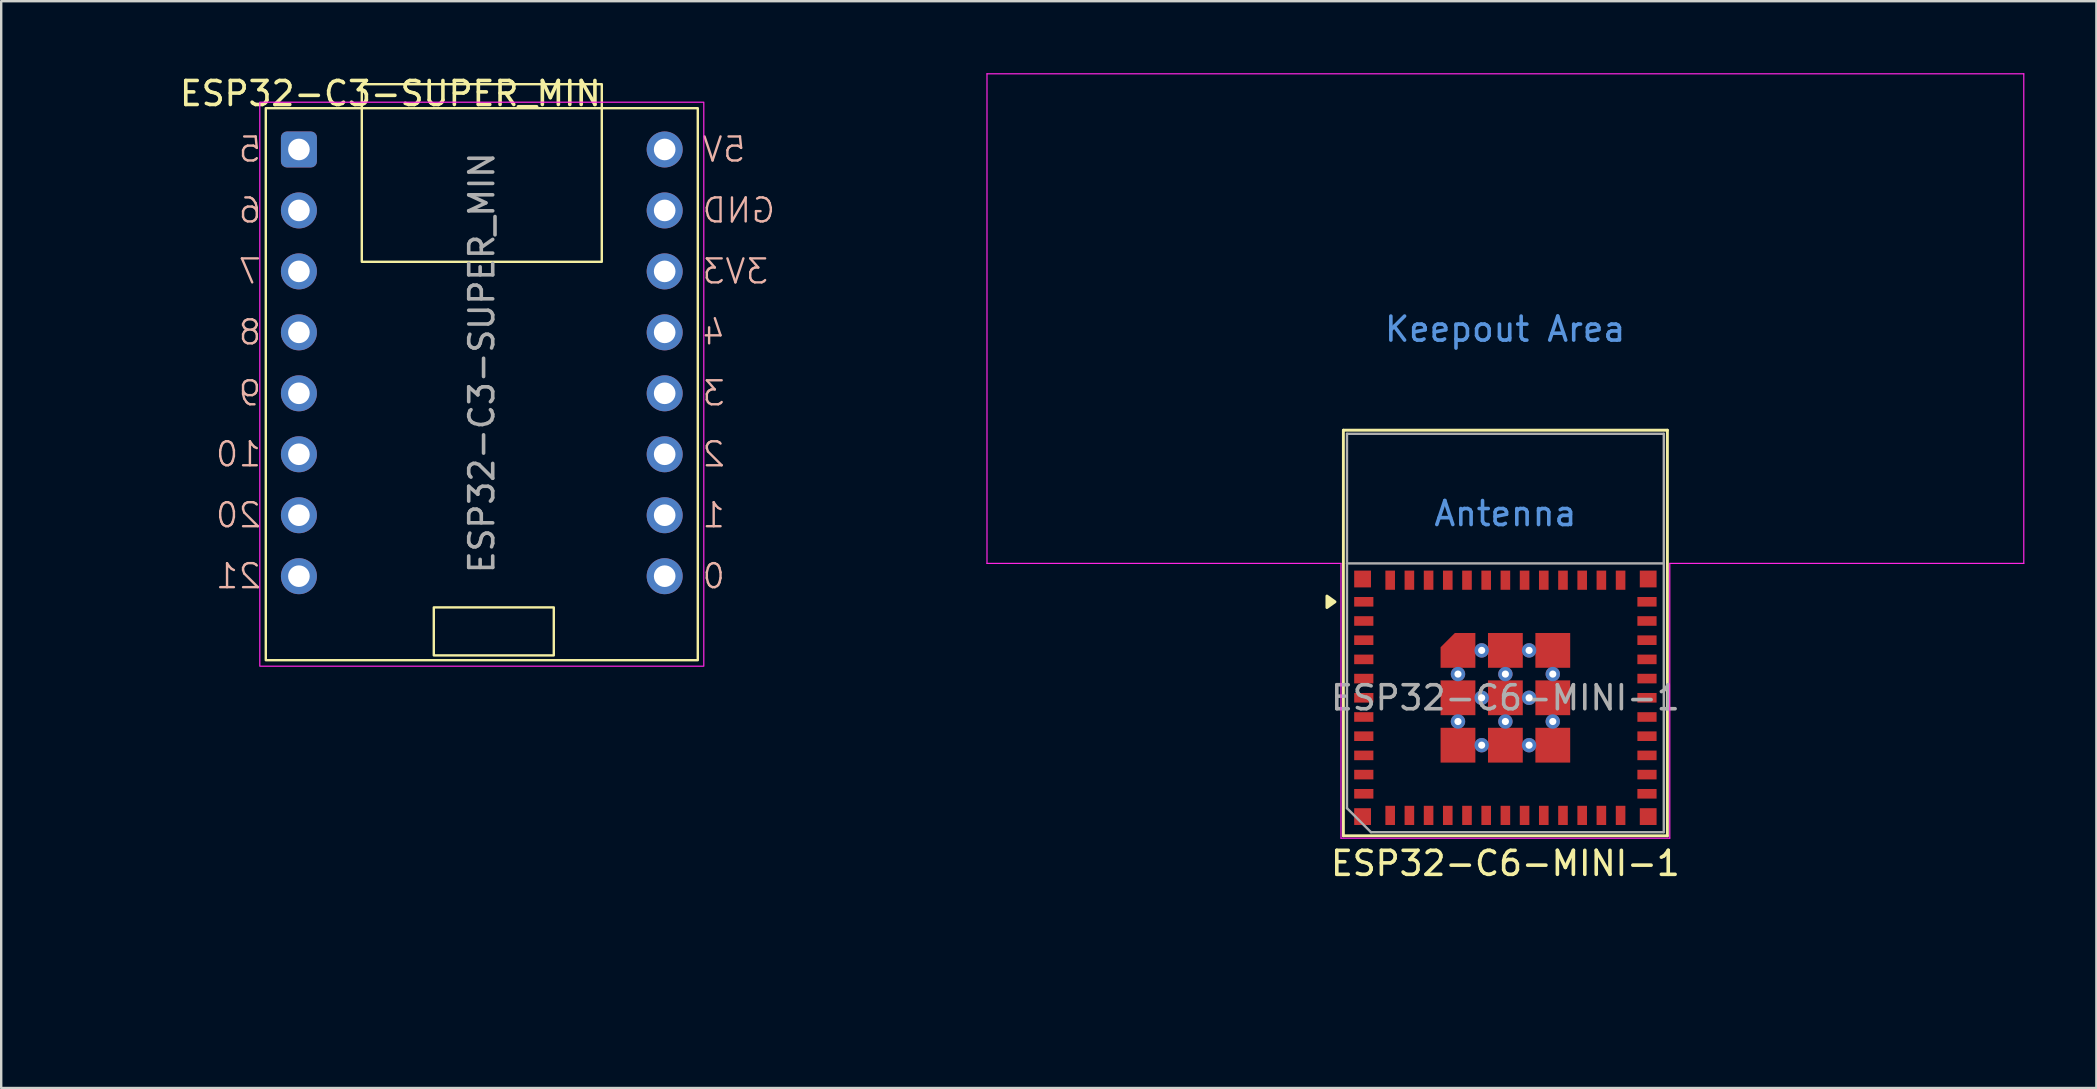
<source format=kicad_pcb>
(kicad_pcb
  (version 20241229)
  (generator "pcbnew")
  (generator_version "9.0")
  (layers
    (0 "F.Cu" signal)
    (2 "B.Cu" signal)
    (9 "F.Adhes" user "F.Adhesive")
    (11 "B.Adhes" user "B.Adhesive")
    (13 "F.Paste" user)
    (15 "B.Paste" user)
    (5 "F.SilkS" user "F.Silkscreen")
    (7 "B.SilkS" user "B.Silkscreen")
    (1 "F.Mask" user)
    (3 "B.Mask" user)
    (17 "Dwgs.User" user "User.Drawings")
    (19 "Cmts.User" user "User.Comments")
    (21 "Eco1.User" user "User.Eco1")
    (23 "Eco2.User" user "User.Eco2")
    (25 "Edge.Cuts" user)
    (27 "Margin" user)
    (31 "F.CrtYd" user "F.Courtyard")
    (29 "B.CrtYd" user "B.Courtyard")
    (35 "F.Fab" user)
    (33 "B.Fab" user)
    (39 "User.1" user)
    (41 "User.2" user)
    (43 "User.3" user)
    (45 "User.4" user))
  (footprint "ESP32-C6-MINI-1"
    (layer "F.Cu")
    (at 59.675 26.025)
    (property "Reference" "ESP32-C6-MINI-1" (at 0 6.9 0) (unlocked yes) (layer "F.SilkS") (effects (font (size 1 1) (thickness 0.15))))
    (attr smd)
    (fp_line (start -6.75 -11.15) (end 6.75 -11.15) (stroke (width 0.12) (type solid)) (layer "F.SilkS"))
    (fp_line (start -6.75 5.75) (end -6.75 -11.15) (stroke (width 0.12) (type solid)) (layer "F.SilkS"))
    (fp_line (start 6.75 -11.15) (end 6.75 5.75) (stroke (width 0.12) (type solid)) (layer "F.SilkS"))
    (fp_line (start 6.75 5.75) (end -6.75 5.75) (stroke (width 0.12) (type solid)) (layer "F.SilkS"))
    (fp_poly (pts (xy -7.1 -4) (xy -7.436 -3.76) (xy -7.436 -4.24) (xy -7.1 -4)) (stroke (width 0.12) (type solid)) (fill yes) (layer "F.SilkS"))
    (fp_line (start -21.6 -26) (end 21.6 -26) (stroke (width 0.05) (type solid)) (layer "F.CrtYd"))
    (fp_line (start -21.6 -5.6) (end -21.6 -26) (stroke (width 0.05) (type solid)) (layer "F.CrtYd"))
    (fp_line (start -6.85 -5.6) (end -21.6 -5.6) (stroke (width 0.05) (type solid)) (layer "F.CrtYd"))
    (fp_line (start -6.85 5.85) (end -6.85 -5.6) (stroke (width 0.05) (type solid)) (layer "F.CrtYd"))
    (fp_line (start 6.85 -5.6) (end 6.85 5.85) (stroke (width 0.05) (type solid)) (layer "F.CrtYd"))
    (fp_line (start 6.85 -5.6) (end 21.6 -5.6) (stroke (width 0.05) (type solid)) (layer "F.CrtYd"))
    (fp_line (start 6.85 5.85) (end -6.85 5.85) (stroke (width 0.05) (type solid)) (layer "F.CrtYd"))
    (fp_line (start 21.6 -5.6) (end 21.6 -26) (stroke (width 0.05) (type solid)) (layer "F.CrtYd"))
    (fp_line (start -6.6 -11) (end 6.6 -11) (stroke (width 0.1) (type solid)) (layer "F.Fab"))
    (fp_line (start -6.6 -5.6) (end 6.6 -5.6) (stroke (width 0.1) (type solid)) (layer "F.Fab"))
    (fp_line (start -6.6 4.6) (end -6.6 -11) (stroke (width 0.1) (type solid)) (layer "F.Fab"))
    (fp_line (start -5.6 5.6) (end -6.6 4.6) (stroke (width 0.1) (type default)) (layer "F.Fab"))
    (fp_line (start 6.6 -11) (end 6.6 5.6) (stroke (width 0.1) (type solid)) (layer "F.Fab"))
    (fp_line (start 6.6 5.6) (end -5.6 5.6) (stroke (width 0.1) (type solid)) (layer "F.Fab"))
    (fp_text user "Antenna" (at 0 -7.675 0) (layer "Cmts.User") (effects (font (size 1 1) (thickness 0.15))))
    (fp_text user "Keepout Area" (at -0.01 -15.36 0) (layer "Cmts.User") (effects (font (size 1 1) (thickness 0.15))))
    (fp_text user "${REFERENCE}" (at 0 0 0) (unlocked yes) (layer "F.Fab") (effects (font (size 1 1) (thickness 0.15))))
    (pad "1" smd rect (at -5.9 -4) (size 0.8 0.4) (layers "F.Cu" "F.Mask" "F.Paste"))
    (pad "2" smd rect (at -5.9 -3.2) (size 0.8 0.4) (layers "F.Cu" "F.Mask" "F.Paste"))
    (pad "3" smd rect (at -5.9 -2.4) (size 0.8 0.4) (layers "F.Cu" "F.Mask" "F.Paste"))
    (pad "4" smd rect (at -5.9 -1.6) (size 0.8 0.4) (layers "F.Cu" "F.Mask" "F.Paste"))
    (pad "5" smd rect (at -5.9 -0.8) (size 0.8 0.4) (layers "F.Cu" "F.Mask" "F.Paste"))
    (pad "6" smd rect (at -5.9 0) (size 0.8 0.4) (layers "F.Cu" "F.Mask" "F.Paste"))
    (pad "7" smd rect (at -5.9 0.8) (size 0.8 0.4) (layers "F.Cu" "F.Mask" "F.Paste"))
    (pad "8" smd rect (at -5.9 1.6) (size 0.8 0.4) (layers "F.Cu" "F.Mask" "F.Paste"))
    (pad "9" smd rect (at -5.9 2.4) (size 0.8 0.4) (layers "F.Cu" "F.Mask" "F.Paste"))
    (pad "10" smd rect (at -5.9 3.2) (size 0.8 0.4) (layers "F.Cu" "F.Mask" "F.Paste"))
    (pad "11" smd rect (at -5.9 4) (size 0.8 0.4) (layers "F.Cu" "F.Mask" "F.Paste"))
    (pad "12" smd rect (at -4.8 4.9 90) (size 0.8 0.4) (layers "F.Cu" "F.Mask" "F.Paste"))
    (pad "13" smd rect (at -4 4.9 90) (size 0.8 0.4) (layers "F.Cu" "F.Mask" "F.Paste"))
    (pad "14" smd rect (at -3.2 4.9 90) (size 0.8 0.4) (layers "F.Cu" "F.Mask" "F.Paste"))
    (pad "15" smd rect (at -2.4 4.9 90) (size 0.8 0.4) (layers "F.Cu" "F.Mask" "F.Paste"))
    (pad "16" smd rect (at -1.6 4.9 90) (size 0.8 0.4) (layers "F.Cu" "F.Mask" "F.Paste"))
    (pad "17" smd rect (at -0.8 4.9 90) (size 0.8 0.4) (layers "F.Cu" "F.Mask" "F.Paste"))
    (pad "18" smd rect (at 0 4.9 90) (size 0.8 0.4) (layers "F.Cu" "F.Mask" "F.Paste"))
    (pad "19" smd rect (at 0.8 4.9 90) (size 0.8 0.4) (layers "F.Cu" "F.Mask" "F.Paste"))
    (pad "20" smd rect (at 1.6 4.9 90) (size 0.8 0.4) (layers "F.Cu" "F.Mask" "F.Paste"))
    (pad "21" smd rect (at 2.4 4.9 90) (size 0.8 0.4) (layers "F.Cu" "F.Mask" "F.Paste"))
    (pad "22" smd rect (at 3.2 4.9 90) (size 0.8 0.4) (layers "F.Cu" "F.Mask" "F.Paste"))
    (pad "23" smd rect (at 4 4.9 90) (size 0.8 0.4) (layers "F.Cu" "F.Mask" "F.Paste"))
    (pad "24" smd rect (at 4.8 4.9 90) (size 0.8 0.4) (layers "F.Cu" "F.Mask" "F.Paste"))
    (pad "25" smd rect (at 5.9 4) (size 0.8 0.4) (layers "F.Cu" "F.Mask" "F.Paste"))
    (pad "26" smd rect (at 5.9 3.2) (size 0.8 0.4) (layers "F.Cu" "F.Mask" "F.Paste"))
    (pad "27" smd rect (at 5.9 2.4) (size 0.8 0.4) (layers "F.Cu" "F.Mask" "F.Paste"))
    (pad "28" smd rect (at 5.9 1.6) (size 0.8 0.4) (layers "F.Cu" "F.Mask" "F.Paste"))
    (pad "29" smd rect (at 5.9 0.8) (size 0.8 0.4) (layers "F.Cu" "F.Mask" "F.Paste"))
    (pad "30" smd rect (at 5.9 0) (size 0.8 0.4) (layers "F.Cu" "F.Mask" "F.Paste"))
    (pad "31" smd rect (at 5.9 -0.8) (size 0.8 0.4) (layers "F.Cu" "F.Mask" "F.Paste"))
    (pad "32" smd rect (at 5.9 -1.6) (size 0.8 0.4) (layers "F.Cu" "F.Mask" "F.Paste"))
    (pad "33" smd rect (at 5.9 -2.4) (size 0.8 0.4) (layers "F.Cu" "F.Mask" "F.Paste"))
    (pad "34" smd rect (at 5.9 -3.2) (size 0.8 0.4) (layers "F.Cu" "F.Mask" "F.Paste"))
    (pad "35" smd rect (at 5.9 -4) (size 0.8 0.4) (layers "F.Cu" "F.Mask" "F.Paste"))
    (pad "36" smd rect (at 4.8 -4.9 90) (size 0.8 0.4) (layers "F.Cu" "F.Mask" "F.Paste"))
    (pad "37" smd rect (at 4 -4.9 90) (size 0.8 0.4) (layers "F.Cu" "F.Mask" "F.Paste"))
    (pad "38" smd rect (at 3.2 -4.9 90) (size 0.8 0.4) (layers "F.Cu" "F.Mask" "F.Paste"))
    (pad "39" smd rect (at 2.4 -4.9 90) (size 0.8 0.4) (layers "F.Cu" "F.Mask" "F.Paste"))
    (pad "40" smd rect (at 1.6 -4.9 90) (size 0.8 0.4) (layers "F.Cu" "F.Mask" "F.Paste"))
    (pad "41" smd rect (at 0.8 -4.9 90) (size 0.8 0.4) (layers "F.Cu" "F.Mask" "F.Paste"))
    (pad "42" smd rect (at 0 -4.9 90) (size 0.8 0.4) (layers "F.Cu" "F.Mask" "F.Paste"))
    (pad "43" smd rect (at -0.8 -4.9 90) (size 0.8 0.4) (layers "F.Cu" "F.Mask" "F.Paste"))
    (pad "44" smd rect (at -1.6 -4.9 90) (size 0.8 0.4) (layers "F.Cu" "F.Mask" "F.Paste"))
    (pad "45" smd rect (at -2.4 -4.9 90) (size 0.8 0.4) (layers "F.Cu" "F.Mask" "F.Paste"))
    (pad "46" smd rect (at -3.2 -4.9 90) (size 0.8 0.4) (layers "F.Cu" "F.Mask" "F.Paste"))
    (pad "47" smd rect (at -4 -4.9 90) (size 0.8 0.4) (layers "F.Cu" "F.Mask" "F.Paste"))
    (pad "48" smd rect (at -4.8 -4.9 90) (size 0.8 0.4) (layers "F.Cu" "F.Mask" "F.Paste"))
    (pad "49" smd roundrect (at -1.975 -1.975) (size 1.45 1.45) (property pad_prop_heatsink) (layers "F.Cu" "F.Mask" "F.Paste") (roundrect_rratio 0) (chamfer_ratio 0.41) (chamfer top_left))
    (pad "49" thru_hole circle (at -1.975 -0.988) (size 0.6 0.6) (drill 0.3) (property pad_prop_heatsink) (layers "*.Cu"))
    (pad "49" smd rect (at -1.975 0) (size 1.45 1.45) (property pad_prop_heatsink) (layers "F.Cu" "F.Mask" "F.Paste"))
    (pad "49" thru_hole circle (at -1.975 0.988) (size 0.6 0.6) (drill 0.3) (property pad_prop_heatsink) (layers "*.Cu"))
    (pad "49" smd rect (at -1.975 1.975) (size 1.45 1.45) (property pad_prop_heatsink) (layers "F.Cu" "F.Mask" "F.Paste"))
    (pad "49" thru_hole circle (at -0.988 -1.975) (size 0.6 0.6) (drill 0.3) (property pad_prop_heatsink) (layers "*.Cu"))
    (pad "49" thru_hole circle (at -0.988 0) (size 0.6 0.6) (drill 0.3) (property pad_prop_heatsink) (layers "*.Cu"))
    (pad "49" thru_hole circle (at -0.988 1.975) (size 0.6 0.6) (drill 0.3) (property pad_prop_heatsink) (layers "*.Cu"))
    (pad "49" smd rect (at 0 -1.975) (size 1.45 1.45) (property pad_prop_heatsink) (layers "F.Cu" "F.Mask" "F.Paste"))
    (pad "49" thru_hole circle (at 0 -0.988) (size 0.6 0.6) (drill 0.3) (property pad_prop_heatsink) (layers "*.Cu"))
    (pad "49" smd rect (at 0 0) (size 1.45 1.45) (property pad_prop_heatsink) (layers "F.Cu" "F.Mask" "F.Paste"))
    (pad "49" thru_hole circle (at 0 0.988) (size 0.6 0.6) (drill 0.3) (property pad_prop_heatsink) (layers "*.Cu"))
    (pad "49" smd rect (at 0 1.975) (size 1.45 1.45) (property pad_prop_heatsink) (layers "F.Cu" "F.Mask" "F.Paste"))
    (pad "49" thru_hole circle (at 0.988 -1.975) (size 0.6 0.6) (drill 0.3) (property pad_prop_heatsink) (layers "*.Cu"))
    (pad "49" thru_hole circle (at 0.988 0) (size 0.6 0.6) (drill 0.3) (property pad_prop_heatsink) (layers "*.Cu"))
    (pad "49" thru_hole circle (at 0.988 1.975) (size 0.6 0.6) (drill 0.3) (property pad_prop_heatsink) (layers "*.Cu"))
    (pad "49" smd rect (at 1.975 -1.975) (size 1.45 1.45) (property pad_prop_heatsink) (layers "F.Cu" "F.Mask" "F.Paste"))
    (pad "49" thru_hole circle (at 1.975 -0.988) (size 0.6 0.6) (drill 0.3) (property pad_prop_heatsink) (layers "*.Cu"))
    (pad "49" smd rect (at 1.975 0) (size 1.45 1.45) (property pad_prop_heatsink) (layers "F.Cu" "F.Mask" "F.Paste"))
    (pad "49" thru_hole circle (at 1.975 0.988) (size 0.6 0.6) (drill 0.3) (property pad_prop_heatsink) (layers "*.Cu"))
    (pad "49" smd rect (at 1.975 1.975) (size 1.45 1.45) (property pad_prop_heatsink) (layers "F.Cu" "F.Mask" "F.Paste"))
    (pad "50" smd rect (at 5.95 -4.95) (size 0.7 0.7) (layers "F.Cu" "F.Mask" "F.Paste"))
    (pad "51" smd rect (at 5.95 4.95) (size 0.7 0.7) (layers "F.Cu" "F.Mask" "F.Paste"))
    (pad "52" smd rect (at -5.95 4.95) (size 0.7 0.7) (layers "F.Cu" "F.Mask" "F.Paste"))
    (pad "53" smd rect (at -5.95 -4.95) (size 0.7 0.7) (layers "F.Cu" "F.Mask" "F.Paste"))
    (zone (net_name "") (layers "F.Cu" "B.Cu") (name "Antenna") (hatch full 0.508) (connect_pads) (min_thickness 0.254) (filled_areas_thickness no) (keepout (tracks not_allowed) (vias not_allowed) (pads not_allowed) (copperpour not_allowed) (footprints not_allowed)) (placement (enabled no)) (fill) (polygon (pts (xy 81.275 20.425) (xy 38.075 20.425) (xy 38.075 0.025) (xy 81.275 0.025)))))
  (footprint "ESP32-C3-SUPER_MIN"
    (layer "F.Cu")
    (at 9.405 3.178)
    (property "Reference" "ESP32-C3-SUPER_MIN" (at 3.81 -2.33 0) (layer "F.SilkS") (effects (font (size 1 1) (thickness 0.15))))
    (attr through_hole)
    (fp_rect (start -1.38 -1.72) (end 16.62 21.28) (stroke (width 0.1) (type solid)) (fill no) (layer "F.SilkS"))
    (fp_rect (start 2.62 -2.72) (end 12.62 4.68) (stroke (width 0.1) (type solid)) (fill no) (layer "F.SilkS"))
    (fp_rect (start 5.62 19.08) (end 10.62 21.08) (stroke (width 0.1) (type solid)) (fill no) (layer "F.SilkS"))
    (fp_rect (start -1.63 -1.97) (end 16.87 21.53) (stroke (width 0.05) (type default)) (fill no) (layer "F.CrtYd"))
    (fp_text user "3" (at 16.74 10.16 0) (unlocked yes) (layer "B.SilkS") (effects (font (size 1 1) (thickness 0.1)) (justify right mirror)))
    (fp_text user "GND" (at 16.74 2.54 0) (unlocked yes) (layer "B.SilkS") (effects (font (size 1 1) (thickness 0.1)) (justify right mirror)))
    (fp_text user "20" (at -1.5 15.24 0) (unlocked yes) (layer "B.SilkS") (effects (font (size 1 1) (thickness 0.1)) (justify left mirror)))
    (fp_text user "21" (at -1.5 17.78 0) (unlocked yes) (layer "B.SilkS") (effects (font (size 1 1) (thickness 0.1)) (justify left mirror)))
    (fp_text user "6" (at -1.5 2.54 0) (unlocked yes) (layer "B.SilkS") (effects (font (size 1 1) (thickness 0.1)) (justify left mirror)))
    (fp_text user "3V3" (at 16.74 5.08 0) (unlocked yes) (layer "B.SilkS") (effects (font (size 1 1) (thickness 0.1)) (justify right mirror)))
    (fp_text user "1" (at 16.74 15.24 0) (unlocked yes) (layer "B.SilkS") (effects (font (size 1 1) (thickness 0.1)) (justify right mirror)))
    (fp_text user "4" (at 16.74 7.62 0) (unlocked yes) (layer "B.SilkS") (effects (font (size 1 1) (thickness 0.1)) (justify right mirror)))
    (fp_text user "0" (at 16.74 17.78 0) (unlocked yes) (layer "B.SilkS") (effects (font (size 1 1) (thickness 0.1)) (justify right mirror)))
    (fp_text user "5V" (at 16.74 0 0) (unlocked yes) (layer "B.SilkS") (effects (font (size 1 1) (thickness 0.1)) (justify right mirror)))
    (fp_text user "8" (at -1.5 7.62 0) (unlocked yes) (layer "B.SilkS") (effects (font (size 1 1) (thickness 0.1)) (justify left mirror)))
    (fp_text user "2" (at 16.74 12.7 0) (unlocked yes) (layer "B.SilkS") (effects (font (size 1 1) (thickness 0.1)) (justify right mirror)))
    (fp_text user "7" (at -1.5 5.08 0) (unlocked yes) (layer "B.SilkS") (effects (font (size 1 1) (thickness 0.1)) (justify left mirror)))
    (fp_text user "5" (at -1.5 0 0) (unlocked yes) (layer "B.SilkS") (effects (font (size 1 1) (thickness 0.1)) (justify left mirror)))
    (fp_text user "10" (at -1.5 12.7 0) (unlocked yes) (layer "B.SilkS") (effects (font (size 1 1) (thickness 0.1)) (justify left mirror)))
    (fp_text user "9" (at -1.5 10.16 0) (unlocked yes) (layer "B.SilkS") (effects (font (size 1 1) (thickness 0.1)) (justify left mirror)))
    (fp_text user "${REFERENCE}" (at 7.62 8.89 90) (layer "F.Fab") (effects (font (size 1 1) (thickness 0.15))))
    (pad "1" thru_hole roundrect (at 0 0) (size 1.5 1.5) (drill 0.9) (layers "*.Cu" "*.Mask") (roundrect_rratio 0.167))
    (pad "2" thru_hole circle (at 0 2.54) (size 1.5 1.5) (drill 0.9) (layers "*.Cu" "*.Mask"))
    (pad "3" thru_hole circle (at 0 5.08) (size 1.5 1.5) (drill 0.9) (layers "*.Cu" "*.Mask"))
    (pad "4" thru_hole circle (at 0 7.62) (size 1.5 1.5) (drill 0.9) (layers "*.Cu" "*.Mask"))
    (pad "5" thru_hole circle (at 0 10.16) (size 1.5 1.5) (drill 0.9) (layers "*.Cu" "*.Mask"))
    (pad "6" thru_hole circle (at 0 12.7) (size 1.5 1.5) (drill 0.9) (layers "*.Cu" "*.Mask"))
    (pad "7" thru_hole circle (at 0 15.24) (size 1.5 1.5) (drill 0.9) (layers "*.Cu" "*.Mask"))
    (pad "8" thru_hole circle (at 0 17.78) (size 1.5 1.5) (drill 0.9) (layers "*.Cu" "*.Mask"))
    (pad "9" thru_hole circle (at 15.24 17.78) (size 1.5 1.5) (drill 0.9) (layers "*.Cu" "*.Mask"))
    (pad "10" thru_hole circle (at 15.24 15.24) (size 1.5 1.5) (drill 0.9) (layers "*.Cu" "*.Mask"))
    (pad "11" thru_hole circle (at 15.24 12.7) (size 1.5 1.5) (drill 0.9) (layers "*.Cu" "*.Mask"))
    (pad "12" thru_hole circle (at 15.24 10.16) (size 1.5 1.5) (drill 0.9) (layers "*.Cu" "*.Mask"))
    (pad "13" thru_hole circle (at 15.24 7.62) (size 1.5 1.5) (drill 0.9) (layers "*.Cu" "*.Mask"))
    (pad "14" thru_hole circle (at 15.24 5.08) (size 1.5 1.5) (drill 0.9) (layers "*.Cu" "*.Mask"))
    (pad "15" thru_hole circle (at 15.24 2.54) (size 1.5 1.5) (drill 0.9) (layers "*.Cu" "*.Mask"))
    (pad "16" thru_hole circle (at 15.24 0) (size 1.5 1.5) (drill 0.9) (layers "*.Cu" "*.Mask"))
    (zone (net_name "") (layers "F.Cu" "B.Cu") (hatch edge 0.5) (connect_pads) (min_thickness 0.25) (filled_areas_thickness no) (keepout (tracks not_allowed) (vias not_allowed) (pads not_allowed) (copperpour not_allowed) (footprints allowed)) (placement (enabled no)) (fill) (polygon (pts (xy 23.655 7.235) (xy 23.668 7.249) (xy 23.67 7.258) (xy 23.67 21.933) (xy 35.025 21.933) (xy 35.035 21.935) (xy 35.048 21.949) (xy 35.05 21.958) (xy 35.05 39.258) (xy 35.048 39.268) (xy 35.035 39.281) (xy 35.025 39.283) (xy 0.025 39.283) (xy 0.015 39.281) (xy 0.002 39.268) (xy 0 39.258) (xy 0 21.958) (xy 0.002 21.949) (xy 0.015 21.935) (xy 0.025 21.933) (xy 10.38 21.933) (xy 10.38 7.258) (xy 10.382 7.249) (xy 10.395 7.235) (xy 10.405 7.233) (xy 23.645 7.233))) (polygon (pts (xy 10.43 21.958) (xy 10.428 21.968) (xy 10.415 21.981) (xy 10.405 21.983) (xy 0.05 21.983) (xy 0.05 39.233) (xy 35 39.233) (xy 35 21.983) (xy 23.645 21.983) (xy 23.635 21.981) (xy 23.622 21.968) (xy 23.62 21.958) (xy 23.62 7.283) (xy 10.43 7.283)))))
  (gr_rect
    (start -3 -3)
    (end 84.3 42.283)
    (stroke (width 0.1) (type default))
    (fill no)
    (layer "Edge.Cuts")))
</source>
